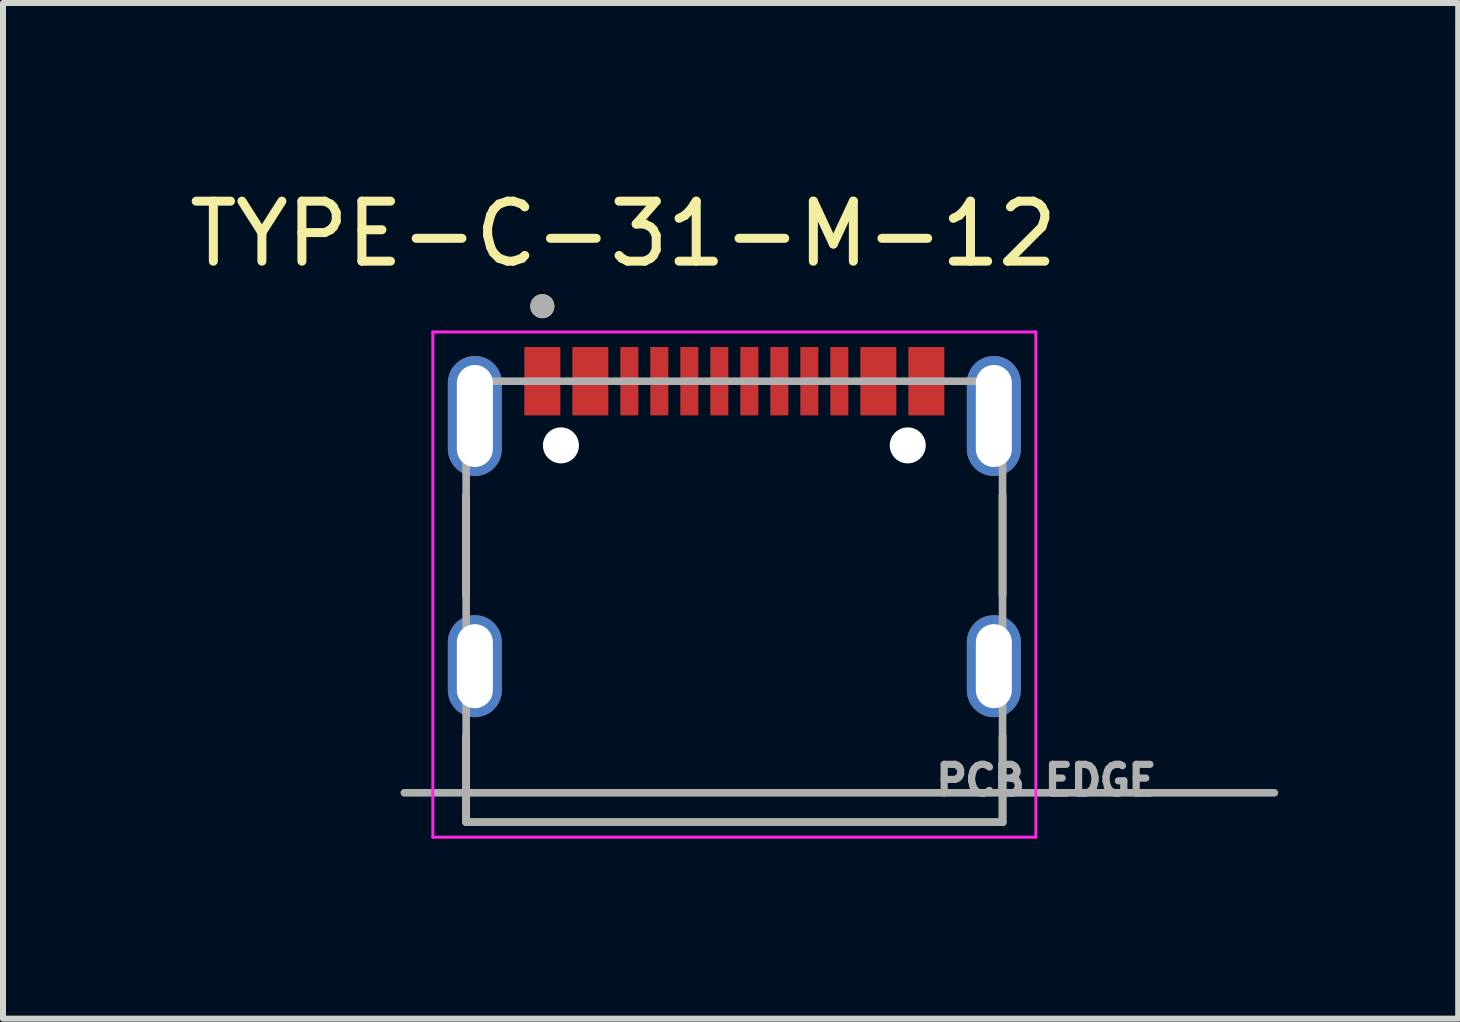
<source format=kicad_pcb>
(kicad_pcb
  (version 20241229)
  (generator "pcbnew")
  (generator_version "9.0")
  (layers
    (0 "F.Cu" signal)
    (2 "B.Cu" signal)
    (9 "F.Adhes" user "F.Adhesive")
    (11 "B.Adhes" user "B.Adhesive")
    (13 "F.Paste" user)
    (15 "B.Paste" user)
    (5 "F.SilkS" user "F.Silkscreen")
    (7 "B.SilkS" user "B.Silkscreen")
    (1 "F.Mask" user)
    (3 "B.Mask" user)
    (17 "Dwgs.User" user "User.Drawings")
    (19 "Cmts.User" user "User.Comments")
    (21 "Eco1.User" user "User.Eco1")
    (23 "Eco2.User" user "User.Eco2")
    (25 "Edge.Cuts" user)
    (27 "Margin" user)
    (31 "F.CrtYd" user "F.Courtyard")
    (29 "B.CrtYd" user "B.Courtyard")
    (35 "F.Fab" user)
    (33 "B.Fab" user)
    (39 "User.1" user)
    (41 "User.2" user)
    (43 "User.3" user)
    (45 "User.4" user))
  (footprint "TYPE-C-31-M-12"
    (layer "F.Cu")
    (at 9.189 8.053)
    (property "Reference" "TYPE-C-31-M-12" (at -1.85 -7.205 0) (layer "F.SilkS") (effects (font (size 1 1) (thickness 0.15))))
    (attr smd)
    (fp_poly (pts (xy -3.55 -5.37) (xy -2.85 -5.37) (xy -2.85 -4.13) (xy -3.55 -4.13)) (stroke (width 0.01) (type solid)) (fill yes) (layer "F.Mask"))
    (fp_poly (pts (xy -2.75 -5.37) (xy -2.05 -5.37) (xy -2.05 -4.13) (xy -2.75 -4.13)) (stroke (width 0.01) (type solid)) (fill yes) (layer "F.Mask"))
    (fp_poly (pts (xy -1.95 -5.37) (xy -1.55 -5.37) (xy -1.55 -4.13) (xy -1.95 -4.13)) (stroke (width 0.01) (type solid)) (fill yes) (layer "F.Mask"))
    (fp_poly (pts (xy -1.45 -5.37) (xy -1.05 -5.37) (xy -1.05 -4.13) (xy -1.45 -4.13)) (stroke (width 0.01) (type solid)) (fill yes) (layer "F.Mask"))
    (fp_poly (pts (xy -0.95 -5.37) (xy -0.55 -5.37) (xy -0.55 -4.13) (xy -0.95 -4.13)) (stroke (width 0.01) (type solid)) (fill yes) (layer "F.Mask"))
    (fp_poly (pts (xy -0.45 -5.37) (xy -0.05 -5.37) (xy -0.05 -4.13) (xy -0.45 -4.13)) (stroke (width 0.01) (type solid)) (fill yes) (layer "F.Mask"))
    (fp_poly (pts (xy 0.05 -5.37) (xy 0.45 -5.37) (xy 0.45 -4.13) (xy 0.05 -4.13)) (stroke (width 0.01) (type solid)) (fill yes) (layer "F.Mask"))
    (fp_poly (pts (xy 0.55 -5.37) (xy 0.95 -5.37) (xy 0.95 -4.13) (xy 0.55 -4.13)) (stroke (width 0.01) (type solid)) (fill yes) (layer "F.Mask"))
    (fp_poly (pts (xy 1.05 -5.37) (xy 1.45 -5.37) (xy 1.45 -4.13) (xy 1.05 -4.13)) (stroke (width 0.01) (type solid)) (fill yes) (layer "F.Mask"))
    (fp_poly (pts (xy 1.55 -5.37) (xy 1.95 -5.37) (xy 1.95 -4.13) (xy 1.55 -4.13)) (stroke (width 0.01) (type solid)) (fill yes) (layer "F.Mask"))
    (fp_poly (pts (xy 2.05 -5.37) (xy 2.75 -5.37) (xy 2.75 -4.13) (xy 2.05 -4.13)) (stroke (width 0.01) (type solid)) (fill yes) (layer "F.Mask"))
    (fp_poly (pts (xy 2.85 -5.37) (xy 3.55 -5.37) (xy 3.55 -4.13) (xy 2.85 -4.13)) (stroke (width 0.01) (type solid)) (fill yes) (layer "F.Mask"))
    (fp_line (start -4.47 -2.85) (end -4.47 -1.17) (stroke (width 0.127) (type solid)) (layer "F.SilkS"))
    (fp_line (start -4.47 2.6) (end -4.47 1.17) (stroke (width 0.127) (type solid)) (layer "F.SilkS"))
    (fp_line (start -4.47 2.6) (end 4.47 2.6) (stroke (width 0.127) (type solid)) (layer "F.SilkS"))
    (fp_line (start 4.47 -2.85) (end 4.47 -1.17) (stroke (width 0.127) (type solid)) (layer "F.SilkS"))
    (fp_line (start 4.47 2.6) (end 4.47 1.17) (stroke (width 0.127) (type solid)) (layer "F.SilkS"))
    (fp_circle (center -3.2 -6) (end -3.1 -6) (stroke (width 0.2) (type solid)) (fill no) (layer "F.SilkS"))
    (fp_line (start -5.025 -5.57) (end -5.025 2.85) (stroke (width 0.05) (type solid)) (layer "F.CrtYd"))
    (fp_line (start -5.025 2.85) (end 5.025 2.85) (stroke (width 0.05) (type solid)) (layer "F.CrtYd"))
    (fp_line (start 5.025 -5.57) (end -5.025 -5.57) (stroke (width 0.05) (type solid)) (layer "F.CrtYd"))
    (fp_line (start 5.025 2.85) (end 5.025 -5.57) (stroke (width 0.05) (type solid)) (layer "F.CrtYd"))
    (fp_line (start -5.5 2.11) (end 9 2.11) (stroke (width 0.127) (type solid)) (layer "F.Fab"))
    (fp_line (start -4.47 -4.75) (end -4.47 2.6) (stroke (width 0.127) (type solid)) (layer "F.Fab"))
    (fp_line (start -4.47 2.6) (end 4.47 2.6) (stroke (width 0.127) (type solid)) (layer "F.Fab"))
    (fp_line (start 4.47 -4.75) (end -4.47 -4.75) (stroke (width 0.127) (type solid)) (layer "F.Fab"))
    (fp_line (start 4.47 2.6) (end 4.47 -4.75) (stroke (width 0.127) (type solid)) (layer "F.Fab"))
    (fp_circle (center -3.2 -6) (end -3.1 -6) (stroke (width 0.2) (type solid)) (fill no) (layer "F.Fab"))
    (fp_text user "PCB EDGE" (at 5.2 1.9 0) (layer "F.Fab") (effects (font (size 0.48 0.48) (thickness 0.15))))
    (pad "" np_thru_hole circle (at -2.89 -3.68) (size 0.6 0.6) (drill 0.6) (layers "*.Cu" "*.Mask"))
    (pad "" np_thru_hole circle (at 2.89 -3.68) (size 0.6 0.6) (drill 0.6) (layers "*.Cu" "*.Mask"))
    (pad "A1_B12" smd rect (at -3.2 -4.75) (size 0.6 1.14) (layers "F.Cu" "F.Paste"))
    (pad "A4_B9" smd rect (at -2.4 -4.75) (size 0.6 1.14) (layers "F.Cu" "F.Paste"))
    (pad "A5" smd rect (at -1.25 -4.75) (size 0.3 1.14) (layers "F.Cu" "F.Paste"))
    (pad "A6" smd rect (at -0.25 -4.75) (size 0.3 1.14) (layers "F.Cu" "F.Paste"))
    (pad "A7" smd rect (at 0.25 -4.75) (size 0.3 1.14) (layers "F.Cu" "F.Paste"))
    (pad "A8" smd rect (at 1.25 -4.75) (size 0.3 1.14) (layers "F.Cu" "F.Paste"))
    (pad "B1_A12" smd rect (at 3.2 -4.75) (size 0.6 1.14) (layers "F.Cu" "F.Paste"))
    (pad "B4_A9" smd rect (at 2.4 -4.75) (size 0.6 1.14) (layers "F.Cu" "F.Paste"))
    (pad "B5" smd rect (at 1.75 -4.75) (size 0.3 1.14) (layers "F.Cu" "F.Paste"))
    (pad "B6" smd rect (at 0.75 -4.75) (size 0.3 1.14) (layers "F.Cu" "F.Paste"))
    (pad "B7" smd rect (at -0.75 -4.75) (size 0.3 1.14) (layers "F.Cu" "F.Paste"))
    (pad "B8" smd rect (at -1.75 -4.75) (size 0.3 1.14) (layers "F.Cu" "F.Paste"))
    (pad "S1" thru_hole oval (at -4.325 -4.17) (size 0.9 2) (drill oval 0.6 1.7) (layers "*.Cu" "*.Mask"))
    (pad "S2" thru_hole oval (at 4.325 -4.17) (size 0.9 2) (drill oval 0.6 1.7) (layers "*.Cu" "*.Mask"))
    (pad "S3" thru_hole oval (at -4.325 0) (size 0.9 1.7) (drill oval 0.6 1.4) (layers "*.Cu" "*.Mask"))
    (pad "S4" thru_hole oval (at 4.325 0) (size 0.9 1.7) (drill oval 0.6 1.4) (layers "*.Cu" "*.Mask")))
  (gr_rect
    (start -3 -3)
    (end 21.253 13.928)
    (stroke (width 0.1) (type default))
    (fill no)
    (layer "Edge.Cuts")))
</source>
